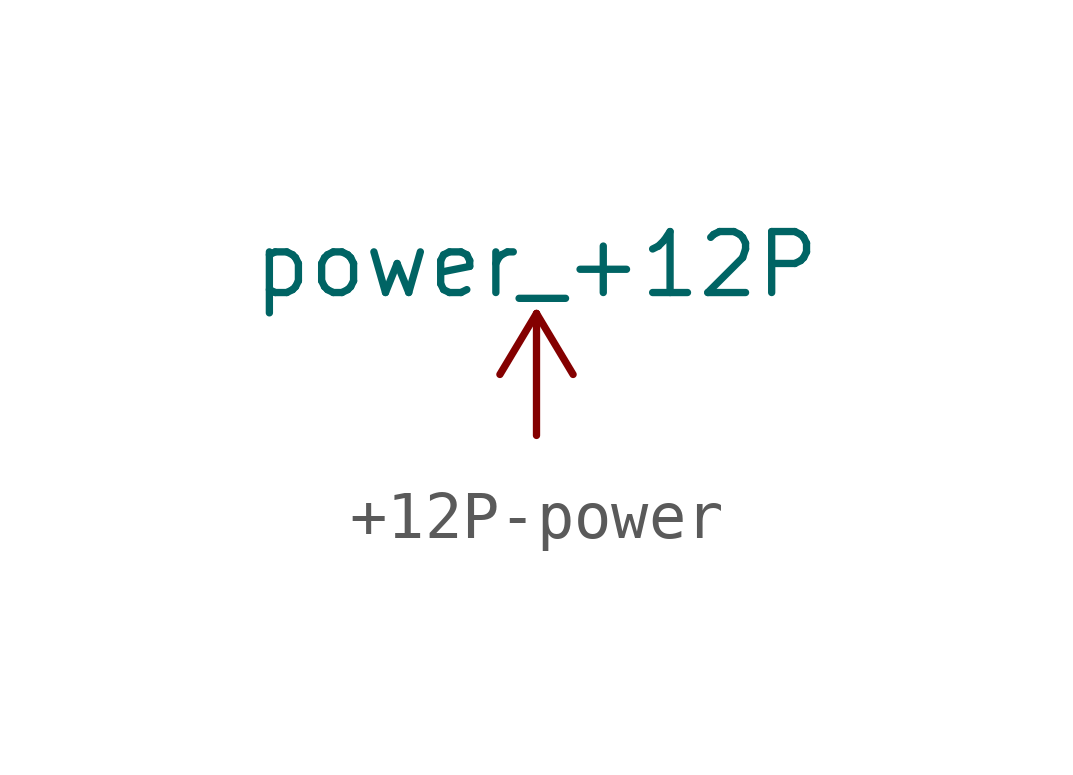
<source format=kicad_sym>
(kicad_symbol_lib
  (version 20241209)
  (generator "kicad_symbol_editor")
  (generator_version "9.0")
  (symbol "+12P-power"
    (power)
    (pin_names
      (offset 0))
    (property "Reference" "#PWR"
      (at 0 -3.81 0)
      (effects (font (size 1.27 1.27)) (hide yes)))
    (property "Value" "power_+12P"
      (at 0 3.556 0)
      (effects (font (size 1.27 1.27))))
    (symbol "+12P-power_0_1"
      (polyline (pts (xy -0.762 1.27) (xy 0 2.54)) (stroke (width 0) (type solid)) (fill (type none)))
      (polyline (pts (xy 0 2.54) (xy 0.762 1.27)) (stroke (width 0) (type solid)) (fill (type none)))
      (polyline (pts (xy 0 0) (xy 0 2.54)) (stroke (width 0) (type solid)) (fill (type none))))
    (symbol "+12P-power_1_1"
      (pin power_in line (at 0 0 90) (length 0) (hide yes) (name "+12P" (effects (font (size 1.27 1.27)))) (number "1" (effects (font (size 1.27 1.27))))))))
</source>
